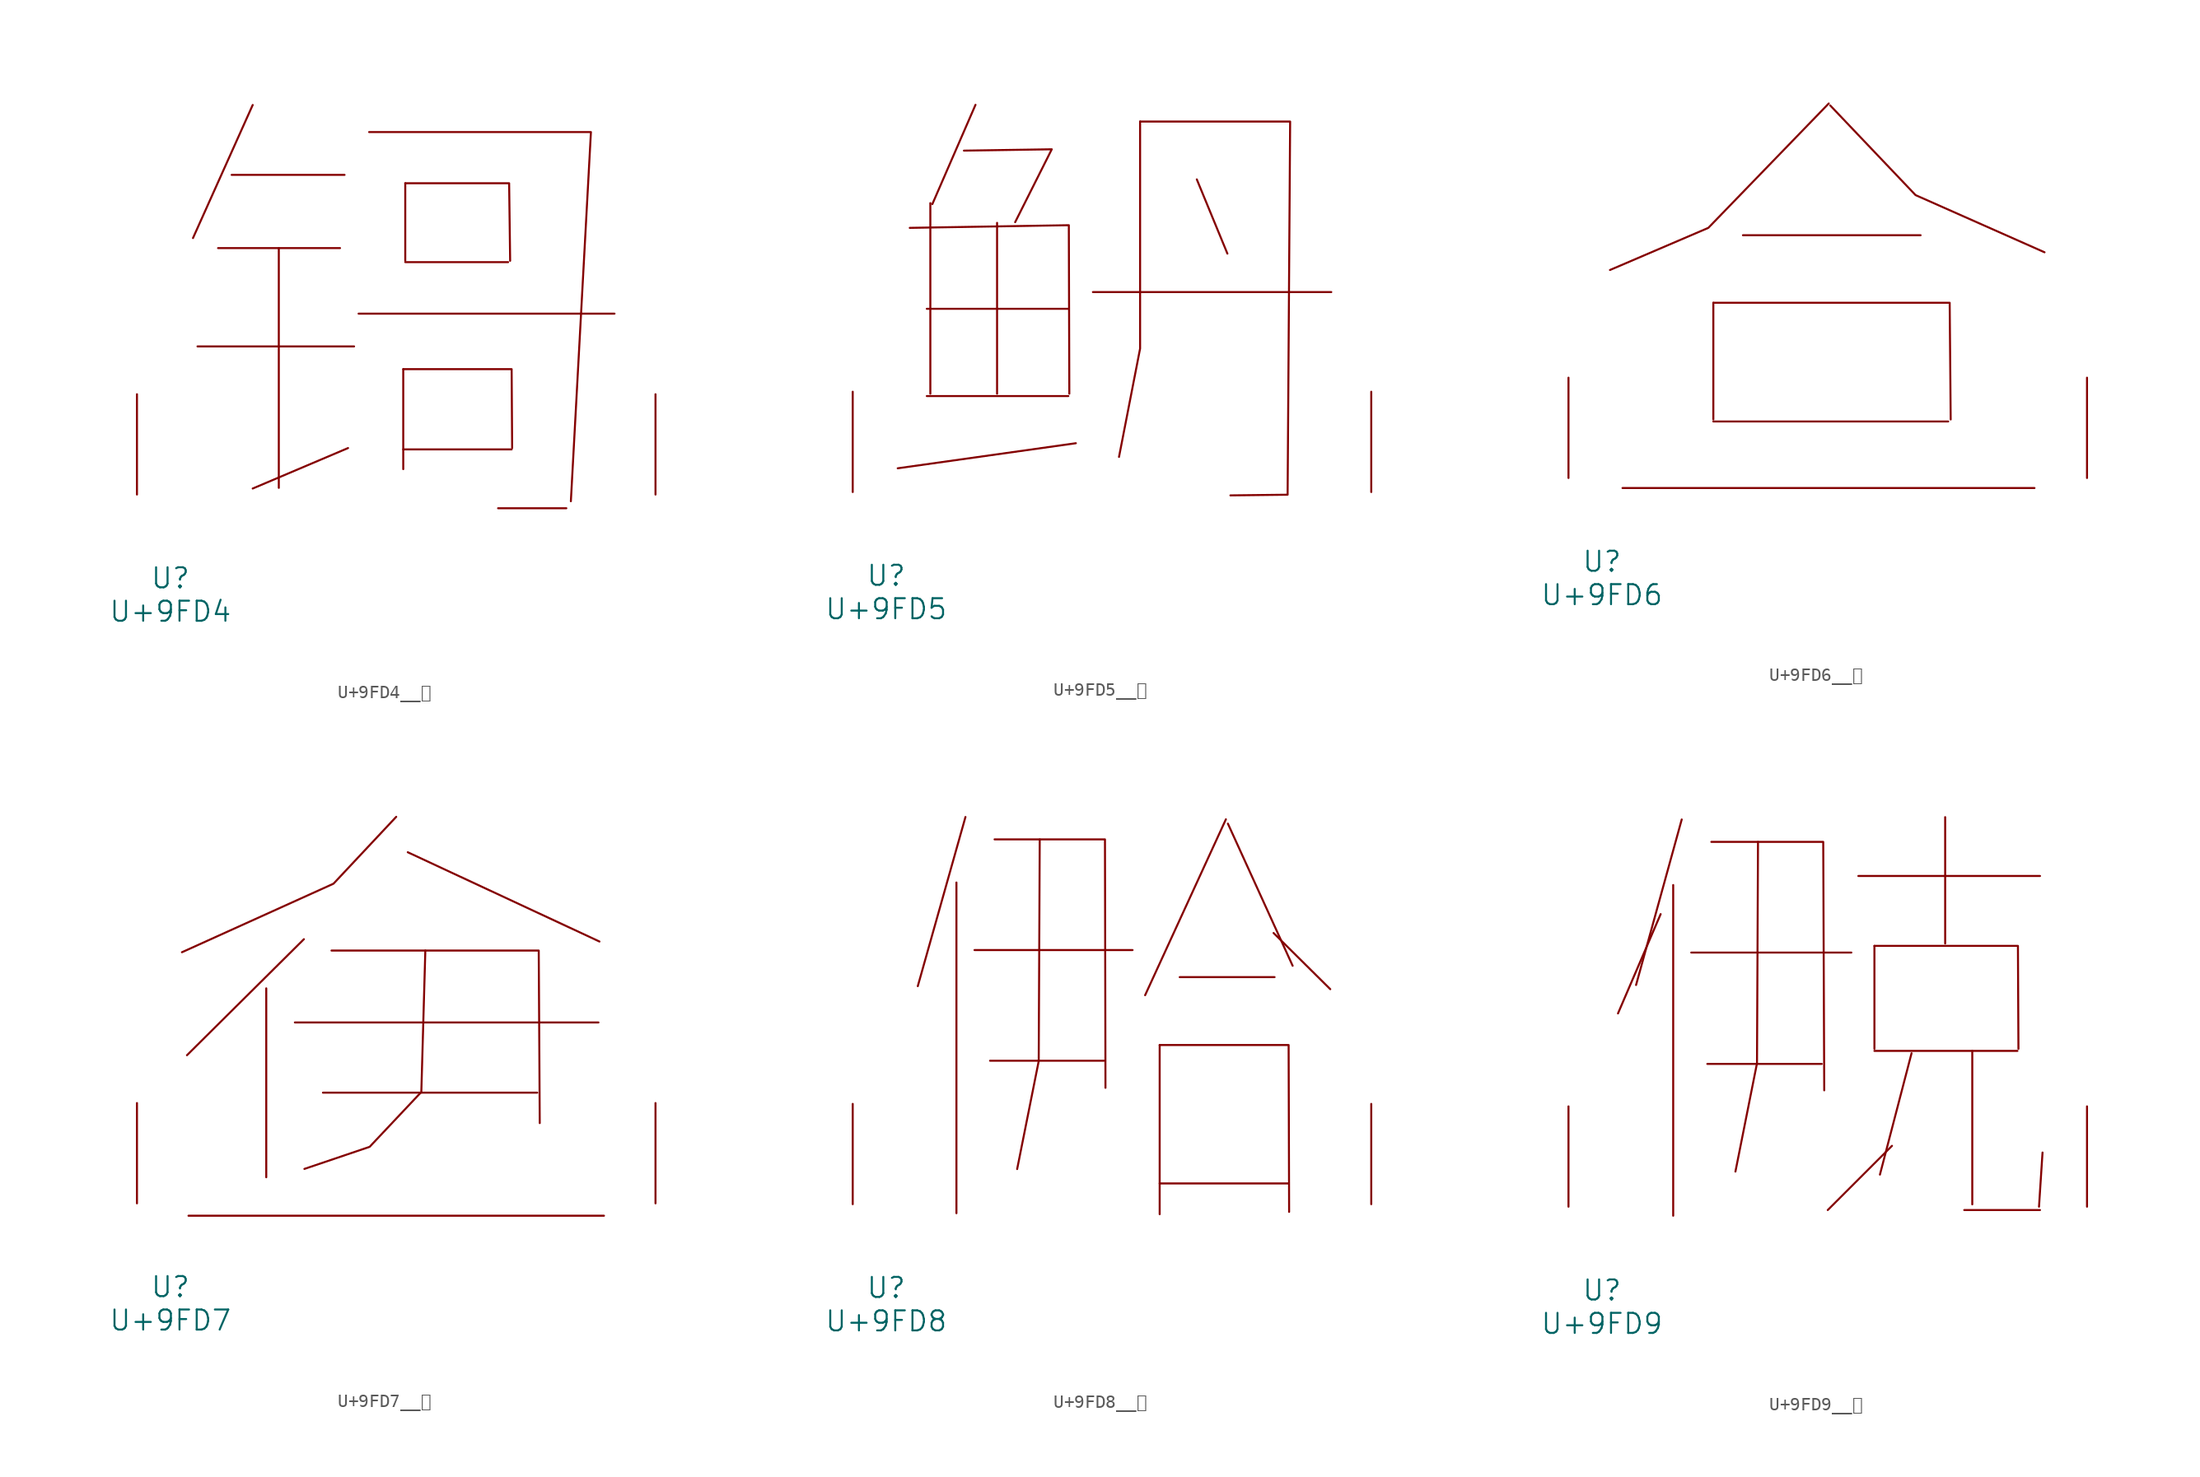
<source format=kicad_sym>
(kicad_symbol_lib
  (version 20231120)
  (generator "kicad_symbol_editor")
  (generator_version "8.0")
  (symbol "U+9FD4__鿔"
    (pin_names
      (offset 1.016))
    (property "Reference" "U"
      (at 0 -6.35 0)
      (effects (font (size 1.524 1.524))))
    (property "Value" "U+9FD4"
      (at 0 -8.89 0)
      (effects (font (size 1.524 1.524))))
    (symbol "U+9FD4__鿔_0_1"
      (polyline (pts (xy 2.057 11.252) (xy 13.945 11.252)) (stroke (width 0) (type solid)) (fill (type none)))
      (polyline (pts (xy 3.619 18.72) (xy 12.878 18.72)) (stroke (width 0) (type solid)) (fill (type none)))
      (polyline (pts (xy 4.648 24.282) (xy 13.221 24.282)) (stroke (width 0) (type solid)) (fill (type none)))
      (polyline (pts (xy 6.248 29.591) (xy 1.714 19.482)) (stroke (width 0) (type solid)) (fill (type none)))
      (polyline (pts (xy 8.23 18.72) (xy 8.23 0.508)) (stroke (width 0) (type solid)) (fill (type none)))
      (polyline (pts (xy 13.487 3.531) (xy 6.248 0.457)) (stroke (width 0) (type solid)) (fill (type none)))
      (polyline (pts (xy 14.287 13.741) (xy 33.718 13.741)) (stroke (width 0) (type solid)) (fill (type none)))
      (polyline (pts (xy 17.678 3.429) (xy 25.908 3.429)) (stroke (width 0) (type solid)) (fill (type none)))
      (polyline (pts (xy 17.678 9.525) (xy 17.678 1.93)) (stroke (width 0) (type solid)) (fill (type none)))
      (polyline (pts (xy 17.831 17.653) (xy 25.641 17.653)) (stroke (width 0) (type solid)) (fill (type none)))
      (polyline (pts (xy 17.831 23.647) (xy 17.831 17.755)) (stroke (width 0) (type solid)) (fill (type none)))
      (polyline (pts (xy 24.879 -1.041) (xy 30.061 -1.041)) (stroke (width 0) (type solid)) (fill (type none)))
      (polyline (pts (xy 15.088 27.534) (xy 31.928 27.534) (xy 30.404 -0.508)) (stroke (width 0) (type solid)) (fill (type none)))
      (polyline (pts (xy 17.678 9.525) (xy 25.908 9.525) (xy 25.946 3.531)) (stroke (width 0) (type solid)) (fill (type none)))
      (polyline (pts (xy 17.831 23.647) (xy 25.718 23.647) (xy 25.794 17.755)) (stroke (width 0) (type solid)) (fill (type none)))
      (pin input line (at -2.54 0 90) (length 7.62) (name "~" (effects (font (size 1.27 1.27)))) (number "~" (effects (font (size 1.27 1.27)))))
      (pin input line (at 36.83 0 90) (length 7.62) (name "~" (effects (font (size 1.27 1.27)))) (number "~" (effects (font (size 1.27 1.27)))))))
  (symbol "U+9FD5__鿕"
    (pin_names
      (offset 1.016))
    (property "Reference" "U"
      (at 0 -6.35 0)
      (effects (font (size 1.524 1.524))))
    (property "Value" "U+9FD5"
      (at 0 -8.89 0)
      (effects (font (size 1.524 1.524))))
    (symbol "U+9FD5__鿕_0_1"
      (polyline (pts (xy 3.086 7.29) (xy 13.83 7.29)) (stroke (width 0) (type solid)) (fill (type none)))
      (polyline (pts (xy 3.086 13.919) (xy 13.83 13.919)) (stroke (width 0) (type solid)) (fill (type none)))
      (polyline (pts (xy 3.353 21.946) (xy 3.353 7.468)) (stroke (width 0) (type solid)) (fill (type none)))
      (polyline (pts (xy 6.782 29.413) (xy 3.505 21.869)) (stroke (width 0) (type solid)) (fill (type none)))
      (polyline (pts (xy 8.42 20.447) (xy 8.42 7.468)) (stroke (width 0) (type solid)) (fill (type none)))
      (polyline (pts (xy 14.402 3.708) (xy 0.876 1.803)) (stroke (width 0) (type solid)) (fill (type none)))
      (polyline (pts (xy 15.697 15.189) (xy 33.795 15.189)) (stroke (width 0) (type solid)) (fill (type none)))
      (polyline (pts (xy 23.584 23.749) (xy 25.908 18.11)) (stroke (width 0) (type solid)) (fill (type none)))
      (polyline (pts (xy 1.791 20.066) (xy 13.868 20.269) (xy 13.906 7.468)) (stroke (width 0) (type solid)) (fill (type none)))
      (polyline (pts (xy 5.905 25.933) (xy 12.573 26.035) (xy 9.792 20.498)) (stroke (width 0) (type solid)) (fill (type none)))
      (polyline (pts (xy 19.279 28.143) (xy 19.279 10.897) (xy 17.678 2.667)) (stroke (width 0) (type solid)) (fill (type none)))
      (polyline (pts (xy 19.279 28.143) (xy 30.671 28.143) (xy 30.48 -0.203) (xy 26.137 -0.254)) (stroke (width 0) (type solid)) (fill (type none)))
      (pin input line (at -2.54 0 90) (length 7.62) (name "~" (effects (font (size 1.27 1.27)))) (number "~" (effects (font (size 1.27 1.27)))))
      (pin input line (at 36.83 0 90) (length 7.62) (name "~" (effects (font (size 1.27 1.27)))) (number "~" (effects (font (size 1.27 1.27)))))))
  (symbol "U+9FD6__鿖"
    (pin_names
      (offset 1.016))
    (property "Reference" "U"
      (at 0 -6.35 0)
      (effects (font (size 1.524 1.524))))
    (property "Value" "U+9FD6"
      (at 0 -8.89 0)
      (effects (font (size 1.524 1.524))))
    (symbol "U+9FD6__鿖_0_1"
      (polyline (pts (xy 1.562 -0.762) (xy 32.842 -0.762)) (stroke (width 0) (type solid)) (fill (type none)))
      (polyline (pts (xy 8.458 4.293) (xy 26.289 4.293)) (stroke (width 0) (type solid)) (fill (type none)))
      (polyline (pts (xy 8.458 13.31) (xy 8.458 4.445)) (stroke (width 0) (type solid)) (fill (type none)))
      (polyline (pts (xy 10.706 18.44) (xy 24.194 18.44)) (stroke (width 0) (type solid)) (fill (type none)))
      (polyline (pts (xy 8.458 13.31) (xy 26.403 13.31) (xy 26.48 4.445)) (stroke (width 0) (type solid)) (fill (type none)))
      (polyline (pts (xy 17.221 28.448) (xy 8.077 18.999) (xy 0.61 15.799)) (stroke (width 0) (type solid)) (fill (type none)))
      (polyline (pts (xy 17.335 28.296) (xy 23.812 21.488) (xy 33.604 17.145)) (stroke (width 0) (type solid)) (fill (type none)))
      (pin input line (at -2.54 0 90) (length 7.62) (name "~" (effects (font (size 1.27 1.27)))) (number "~" (effects (font (size 1.27 1.27)))))
      (pin input line (at 36.83 0 90) (length 7.62) (name "~" (effects (font (size 1.27 1.27)))) (number "~" (effects (font (size 1.27 1.27)))))))
  (symbol "U+9FD7__鿗"
    (pin_names
      (offset 1.016))
    (property "Reference" "U"
      (at 0 -6.35 0)
      (effects (font (size 1.524 1.524))))
    (property "Value" "U+9FD7"
      (at 0 -8.89 0)
      (effects (font (size 1.524 1.524))))
    (symbol "U+9FD7__鿗_0_1"
      (polyline (pts (xy 1.372 -0.94) (xy 32.918 -0.94)) (stroke (width 0) (type solid)) (fill (type none)))
      (polyline (pts (xy 7.277 16.332) (xy 7.277 1.981)) (stroke (width 0) (type solid)) (fill (type none)))
      (polyline (pts (xy 9.449 13.741) (xy 32.499 13.741)) (stroke (width 0) (type solid)) (fill (type none)))
      (polyline (pts (xy 10.135 20.066) (xy 1.257 11.252)) (stroke (width 0) (type solid)) (fill (type none)))
      (polyline (pts (xy 11.582 8.407) (xy 27.851 8.407)) (stroke (width 0) (type solid)) (fill (type none)))
      (polyline (pts (xy 18.021 26.67) (xy 32.575 19.888)) (stroke (width 0) (type solid)) (fill (type none)))
      (polyline (pts (xy 12.23 19.202) (xy 27.965 19.202) (xy 28.042 6.096)) (stroke (width 0) (type solid)) (fill (type none)))
      (polyline (pts (xy 17.145 29.362) (xy 12.383 24.282) (xy 0.876 19.075)) (stroke (width 0) (type solid)) (fill (type none)))
      (polyline (pts (xy 19.355 19.202) (xy 19.05 8.458) (xy 15.126 4.293) (xy 10.173 2.616)) (stroke (width 0) (type solid)) (fill (type none)))
      (pin input line (at -2.54 0 90) (length 7.62) (name "~" (effects (font (size 1.27 1.27)))) (number "~" (effects (font (size 1.27 1.27)))))
      (pin input line (at 36.83 0 90) (length 7.62) (name "~" (effects (font (size 1.27 1.27)))) (number "~" (effects (font (size 1.27 1.27)))))))
  (symbol "U+9FD8__鿘"
    (pin_names
      (offset 1.016))
    (property "Reference" "U"
      (at 0 -6.35 0)
      (effects (font (size 1.524 1.524))))
    (property "Value" "U+9FD8"
      (at 0 -8.89 0)
      (effects (font (size 1.524 1.524))))
    (symbol "U+9FD8__鿘_0_1"
      (polyline (pts (xy 5.334 24.435) (xy 5.334 -0.686)) (stroke (width 0) (type solid)) (fill (type none)))
      (polyline (pts (xy 6.02 29.413) (xy 2.4 16.561)) (stroke (width 0) (type solid)) (fill (type none)))
      (polyline (pts (xy 6.706 19.304) (xy 18.707 19.304)) (stroke (width 0) (type solid)) (fill (type none)))
      (polyline (pts (xy 7.887 10.897) (xy 16.535 10.897)) (stroke (width 0) (type solid)) (fill (type none)))
      (polyline (pts (xy 20.765 1.575) (xy 30.518 1.575)) (stroke (width 0) (type solid)) (fill (type none)))
      (polyline (pts (xy 20.765 12.09) (xy 20.765 -0.762)) (stroke (width 0) (type solid)) (fill (type none)))
      (polyline (pts (xy 22.288 17.247) (xy 29.489 17.247)) (stroke (width 0) (type solid)) (fill (type none)))
      (polyline (pts (xy 25.794 29.235) (xy 19.66 15.875)) (stroke (width 0) (type solid)) (fill (type none)))
      (polyline (pts (xy 25.946 28.905) (xy 30.861 18.11)) (stroke (width 0) (type solid)) (fill (type none)))
      (polyline (pts (xy 29.413 20.599) (xy 33.718 16.332)) (stroke (width 0) (type solid)) (fill (type none)))
      (polyline (pts (xy 8.23 27.711) (xy 16.612 27.711) (xy 16.65 8.839)) (stroke (width 0) (type solid)) (fill (type none)))
      (polyline (pts (xy 11.659 27.711) (xy 11.582 10.871) (xy 9.944 2.667)) (stroke (width 0) (type solid)) (fill (type none)))
      (polyline (pts (xy 20.765 12.09) (xy 30.556 12.09) (xy 30.594 -0.584)) (stroke (width 0) (type solid)) (fill (type none)))
      (pin input line (at -2.54 0 90) (length 7.62) (name "~" (effects (font (size 1.27 1.27)))) (number "~" (effects (font (size 1.27 1.27)))))
      (pin input line (at 36.83 0 90) (length 7.62) (name "~" (effects (font (size 1.27 1.27)))) (number "~" (effects (font (size 1.27 1.27)))))))
  (symbol "U+9FD9__鿙"
    (pin_names
      (offset 1.016))
    (property "Reference" "U"
      (at 0 -6.35 0)
      (effects (font (size 1.524 1.524))))
    (property "Value" "U+9FD9"
      (at 0 -8.89 0)
      (effects (font (size 1.524 1.524))))
    (symbol "U+9FD9__鿙_0_1"
      (polyline (pts (xy 4.458 22.225) (xy 1.219 14.681)) (stroke (width 0) (type solid)) (fill (type none)))
      (polyline (pts (xy 5.41 24.435) (xy 5.41 -0.686)) (stroke (width 0) (type solid)) (fill (type none)))
      (polyline (pts (xy 6.058 29.413) (xy 2.591 16.84)) (stroke (width 0) (type solid)) (fill (type none)))
      (polyline (pts (xy 6.782 19.304) (xy 18.936 19.304)) (stroke (width 0) (type solid)) (fill (type none)))
      (polyline (pts (xy 8.001 10.846) (xy 16.688 10.846)) (stroke (width 0) (type solid)) (fill (type none)))
      (polyline (pts (xy 19.469 25.121) (xy 33.261 25.121)) (stroke (width 0) (type solid)) (fill (type none)))
      (polyline (pts (xy 20.688 11.836) (xy 31.547 11.836)) (stroke (width 0) (type solid)) (fill (type none)))
      (polyline (pts (xy 20.688 19.812) (xy 20.688 11.989)) (stroke (width 0) (type solid)) (fill (type none)))
      (polyline (pts (xy 22.022 4.623) (xy 17.145 -0.254)) (stroke (width 0) (type solid)) (fill (type none)))
      (polyline (pts (xy 23.508 11.659) (xy 21.107 2.438)) (stroke (width 0) (type solid)) (fill (type none)))
      (polyline (pts (xy 26.06 29.591) (xy 26.06 19.99)) (stroke (width 0) (type solid)) (fill (type none)))
      (polyline (pts (xy 27.508 -0.254) (xy 33.261 -0.254)) (stroke (width 0) (type solid)) (fill (type none)))
      (polyline (pts (xy 28.118 11.836) (xy 28.118 0.178)) (stroke (width 0) (type solid)) (fill (type none)))
      (polyline (pts (xy 33.452 4.115) (xy 33.185 0)) (stroke (width 0) (type solid)) (fill (type none)))
      (polyline (pts (xy 8.306 27.711) (xy 16.802 27.711) (xy 16.878 8.839)) (stroke (width 0) (type solid)) (fill (type none)))
      (polyline (pts (xy 11.849 27.711) (xy 11.773 10.897) (xy 10.135 2.667)) (stroke (width 0) (type solid)) (fill (type none)))
      (polyline (pts (xy 20.688 19.812) (xy 31.585 19.812) (xy 31.623 11.989)) (stroke (width 0) (type solid)) (fill (type none)))
      (pin input line (at -2.54 0 90) (length 7.62) (name "~" (effects (font (size 1.27 1.27)))) (number "~" (effects (font (size 1.27 1.27)))))
      (pin input line (at 36.83 0 90) (length 7.62) (name "~" (effects (font (size 1.27 1.27)))) (number "~" (effects (font (size 1.27 1.27))))))))
</source>
